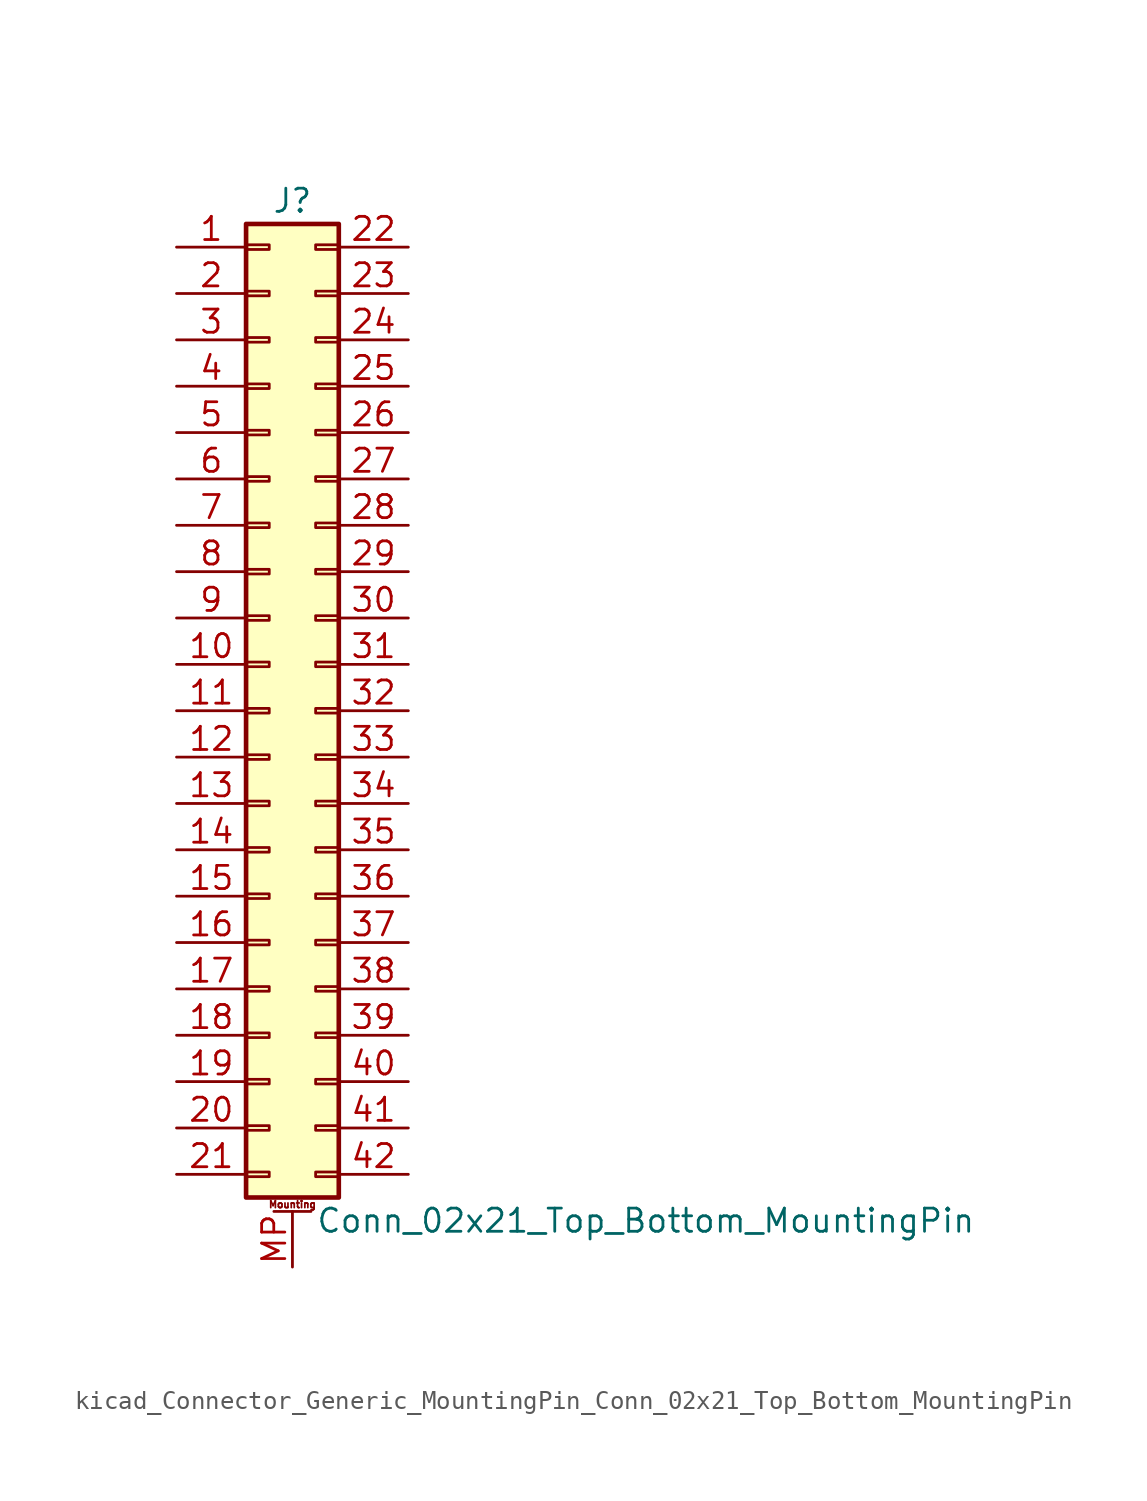
<source format=kicad_sym>
(kicad_symbol_lib
  (version 20220914)
  (generator kicad_symbol_editor)
  (symbol "kicad_Connector_Generic_MountingPin_Conn_02x21_Top_Bottom_MountingPin"
    (pin_names
      (offset 1.016) hide)
    (property "Reference" "J"
      (at 1.27 27.94 0)
      (effects (font (size 1.27 1.27))))
    (property "Value" "Conn_02x21_Top_Bottom_MountingPin"
      (at 2.54 -27.94 0)
      (effects (font (size 1.27 1.27)) (justify left)))
    (symbol "kicad_Connector_Generic_MountingPin_Conn_02x21_Top_Bottom_MountingPin_1_1"
      (rectangle (start -1.27 -25.273) (end 0 -25.527) (stroke (width 0.152) (type default)) (fill (type none)))
      (rectangle (start -1.27 -22.733) (end 0 -22.987) (stroke (width 0.152) (type default)) (fill (type none)))
      (rectangle (start -1.27 -20.193) (end 0 -20.447) (stroke (width 0.152) (type default)) (fill (type none)))
      (rectangle (start -1.27 -17.653) (end 0 -17.907) (stroke (width 0.152) (type default)) (fill (type none)))
      (rectangle (start -1.27 -15.113) (end 0 -15.367) (stroke (width 0.152) (type default)) (fill (type none)))
      (rectangle (start -1.27 -12.573) (end 0 -12.827) (stroke (width 0.152) (type default)) (fill (type none)))
      (rectangle (start -1.27 -10.033) (end 0 -10.287) (stroke (width 0.152) (type default)) (fill (type none)))
      (rectangle (start -1.27 -7.493) (end 0 -7.747) (stroke (width 0.152) (type default)) (fill (type none)))
      (rectangle (start -1.27 -4.953) (end 0 -5.207) (stroke (width 0.152) (type default)) (fill (type none)))
      (rectangle (start -1.27 -2.413) (end 0 -2.667) (stroke (width 0.152) (type default)) (fill (type none)))
      (rectangle (start -1.27 0.127) (end 0 -0.127) (stroke (width 0.152) (type default)) (fill (type none)))
      (rectangle (start -1.27 2.667) (end 0 2.413) (stroke (width 0.152) (type default)) (fill (type none)))
      (rectangle (start -1.27 5.207) (end 0 4.953) (stroke (width 0.152) (type default)) (fill (type none)))
      (rectangle (start -1.27 7.747) (end 0 7.493) (stroke (width 0.152) (type default)) (fill (type none)))
      (rectangle (start -1.27 10.287) (end 0 10.033) (stroke (width 0.152) (type default)) (fill (type none)))
      (rectangle (start -1.27 12.827) (end 0 12.573) (stroke (width 0.152) (type default)) (fill (type none)))
      (rectangle (start -1.27 15.367) (end 0 15.113) (stroke (width 0.152) (type default)) (fill (type none)))
      (rectangle (start -1.27 17.907) (end 0 17.653) (stroke (width 0.152) (type default)) (fill (type none)))
      (rectangle (start -1.27 20.447) (end 0 20.193) (stroke (width 0.152) (type default)) (fill (type none)))
      (rectangle (start -1.27 22.987) (end 0 22.733) (stroke (width 0.152) (type default)) (fill (type none)))
      (rectangle (start -1.27 25.527) (end 0 25.273) (stroke (width 0.152) (type default)) (fill (type none)))
      (rectangle (start -1.27 26.67) (end 3.81 -26.67) (stroke (width 0.254) (type default)) (fill (type background)))
      (polyline (pts (xy 0.254 -27.432) (xy 2.286 -27.432)) (stroke (width 0.152) (type default)) (fill (type none)))
      (rectangle (start 3.81 -25.273) (end 2.54 -25.527) (stroke (width 0.152) (type default)) (fill (type none)))
      (rectangle (start 3.81 -22.733) (end 2.54 -22.987) (stroke (width 0.152) (type default)) (fill (type none)))
      (rectangle (start 3.81 -20.193) (end 2.54 -20.447) (stroke (width 0.152) (type default)) (fill (type none)))
      (rectangle (start 3.81 -17.653) (end 2.54 -17.907) (stroke (width 0.152) (type default)) (fill (type none)))
      (rectangle (start 3.81 -15.113) (end 2.54 -15.367) (stroke (width 0.152) (type default)) (fill (type none)))
      (rectangle (start 3.81 -12.573) (end 2.54 -12.827) (stroke (width 0.152) (type default)) (fill (type none)))
      (rectangle (start 3.81 -10.033) (end 2.54 -10.287) (stroke (width 0.152) (type default)) (fill (type none)))
      (rectangle (start 3.81 -7.493) (end 2.54 -7.747) (stroke (width 0.152) (type default)) (fill (type none)))
      (rectangle (start 3.81 -4.953) (end 2.54 -5.207) (stroke (width 0.152) (type default)) (fill (type none)))
      (rectangle (start 3.81 -2.413) (end 2.54 -2.667) (stroke (width 0.152) (type default)) (fill (type none)))
      (rectangle (start 3.81 0.127) (end 2.54 -0.127) (stroke (width 0.152) (type default)) (fill (type none)))
      (rectangle (start 3.81 2.667) (end 2.54 2.413) (stroke (width 0.152) (type default)) (fill (type none)))
      (rectangle (start 3.81 5.207) (end 2.54 4.953) (stroke (width 0.152) (type default)) (fill (type none)))
      (rectangle (start 3.81 7.747) (end 2.54 7.493) (stroke (width 0.152) (type default)) (fill (type none)))
      (rectangle (start 3.81 10.287) (end 2.54 10.033) (stroke (width 0.152) (type default)) (fill (type none)))
      (rectangle (start 3.81 12.827) (end 2.54 12.573) (stroke (width 0.152) (type default)) (fill (type none)))
      (rectangle (start 3.81 15.367) (end 2.54 15.113) (stroke (width 0.152) (type default)) (fill (type none)))
      (rectangle (start 3.81 17.907) (end 2.54 17.653) (stroke (width 0.152) (type default)) (fill (type none)))
      (rectangle (start 3.81 20.447) (end 2.54 20.193) (stroke (width 0.152) (type default)) (fill (type none)))
      (rectangle (start 3.81 22.987) (end 2.54 22.733) (stroke (width 0.152) (type default)) (fill (type none)))
      (rectangle (start 3.81 25.527) (end 2.54 25.273) (stroke (width 0.152) (type default)) (fill (type none)))
      (text "Mounting" (at 1.27 -27.051 0) (effects (font (size 0.381 0.381))))
      (pin passive line (at -5.08 25.4 0) (length 3.81) (name "Pin_1" (effects (font (size 1.27 1.27)))) (number "1" (effects (font (size 1.27 1.27)))))
      (pin passive line (at -5.08 2.54 0) (length 3.81) (name "Pin_10" (effects (font (size 1.27 1.27)))) (number "10" (effects (font (size 1.27 1.27)))))
      (pin passive line (at -5.08 0 0) (length 3.81) (name "Pin_11" (effects (font (size 1.27 1.27)))) (number "11" (effects (font (size 1.27 1.27)))))
      (pin passive line (at -5.08 -2.54 0) (length 3.81) (name "Pin_12" (effects (font (size 1.27 1.27)))) (number "12" (effects (font (size 1.27 1.27)))))
      (pin passive line (at -5.08 -5.08 0) (length 3.81) (name "Pin_13" (effects (font (size 1.27 1.27)))) (number "13" (effects (font (size 1.27 1.27)))))
      (pin passive line (at -5.08 -7.62 0) (length 3.81) (name "Pin_14" (effects (font (size 1.27 1.27)))) (number "14" (effects (font (size 1.27 1.27)))))
      (pin passive line (at -5.08 -10.16 0) (length 3.81) (name "Pin_15" (effects (font (size 1.27 1.27)))) (number "15" (effects (font (size 1.27 1.27)))))
      (pin passive line (at -5.08 -12.7 0) (length 3.81) (name "Pin_16" (effects (font (size 1.27 1.27)))) (number "16" (effects (font (size 1.27 1.27)))))
      (pin passive line (at -5.08 -15.24 0) (length 3.81) (name "Pin_17" (effects (font (size 1.27 1.27)))) (number "17" (effects (font (size 1.27 1.27)))))
      (pin passive line (at -5.08 -17.78 0) (length 3.81) (name "Pin_18" (effects (font (size 1.27 1.27)))) (number "18" (effects (font (size 1.27 1.27)))))
      (pin passive line (at -5.08 -20.32 0) (length 3.81) (name "Pin_19" (effects (font (size 1.27 1.27)))) (number "19" (effects (font (size 1.27 1.27)))))
      (pin passive line (at -5.08 22.86 0) (length 3.81) (name "Pin_2" (effects (font (size 1.27 1.27)))) (number "2" (effects (font (size 1.27 1.27)))))
      (pin passive line (at -5.08 -22.86 0) (length 3.81) (name "Pin_20" (effects (font (size 1.27 1.27)))) (number "20" (effects (font (size 1.27 1.27)))))
      (pin passive line (at -5.08 -25.4 0) (length 3.81) (name "Pin_21" (effects (font (size 1.27 1.27)))) (number "21" (effects (font (size 1.27 1.27)))))
      (pin passive line (at 7.62 25.4 180) (length 3.81) (name "Pin_22" (effects (font (size 1.27 1.27)))) (number "22" (effects (font (size 1.27 1.27)))))
      (pin passive line (at 7.62 22.86 180) (length 3.81) (name "Pin_23" (effects (font (size 1.27 1.27)))) (number "23" (effects (font (size 1.27 1.27)))))
      (pin passive line (at 7.62 20.32 180) (length 3.81) (name "Pin_24" (effects (font (size 1.27 1.27)))) (number "24" (effects (font (size 1.27 1.27)))))
      (pin passive line (at 7.62 17.78 180) (length 3.81) (name "Pin_25" (effects (font (size 1.27 1.27)))) (number "25" (effects (font (size 1.27 1.27)))))
      (pin passive line (at 7.62 15.24 180) (length 3.81) (name "Pin_26" (effects (font (size 1.27 1.27)))) (number "26" (effects (font (size 1.27 1.27)))))
      (pin passive line (at 7.62 12.7 180) (length 3.81) (name "Pin_27" (effects (font (size 1.27 1.27)))) (number "27" (effects (font (size 1.27 1.27)))))
      (pin passive line (at 7.62 10.16 180) (length 3.81) (name "Pin_28" (effects (font (size 1.27 1.27)))) (number "28" (effects (font (size 1.27 1.27)))))
      (pin passive line (at 7.62 7.62 180) (length 3.81) (name "Pin_29" (effects (font (size 1.27 1.27)))) (number "29" (effects (font (size 1.27 1.27)))))
      (pin passive line (at -5.08 20.32 0) (length 3.81) (name "Pin_3" (effects (font (size 1.27 1.27)))) (number "3" (effects (font (size 1.27 1.27)))))
      (pin passive line (at 7.62 5.08 180) (length 3.81) (name "Pin_30" (effects (font (size 1.27 1.27)))) (number "30" (effects (font (size 1.27 1.27)))))
      (pin passive line (at 7.62 2.54 180) (length 3.81) (name "Pin_31" (effects (font (size 1.27 1.27)))) (number "31" (effects (font (size 1.27 1.27)))))
      (pin passive line (at 7.62 0 180) (length 3.81) (name "Pin_32" (effects (font (size 1.27 1.27)))) (number "32" (effects (font (size 1.27 1.27)))))
      (pin passive line (at 7.62 -2.54 180) (length 3.81) (name "Pin_33" (effects (font (size 1.27 1.27)))) (number "33" (effects (font (size 1.27 1.27)))))
      (pin passive line (at 7.62 -5.08 180) (length 3.81) (name "Pin_34" (effects (font (size 1.27 1.27)))) (number "34" (effects (font (size 1.27 1.27)))))
      (pin passive line (at 7.62 -7.62 180) (length 3.81) (name "Pin_35" (effects (font (size 1.27 1.27)))) (number "35" (effects (font (size 1.27 1.27)))))
      (pin passive line (at 7.62 -10.16 180) (length 3.81) (name "Pin_36" (effects (font (size 1.27 1.27)))) (number "36" (effects (font (size 1.27 1.27)))))
      (pin passive line (at 7.62 -12.7 180) (length 3.81) (name "Pin_37" (effects (font (size 1.27 1.27)))) (number "37" (effects (font (size 1.27 1.27)))))
      (pin passive line (at 7.62 -15.24 180) (length 3.81) (name "Pin_38" (effects (font (size 1.27 1.27)))) (number "38" (effects (font (size 1.27 1.27)))))
      (pin passive line (at 7.62 -17.78 180) (length 3.81) (name "Pin_39" (effects (font (size 1.27 1.27)))) (number "39" (effects (font (size 1.27 1.27)))))
      (pin passive line (at -5.08 17.78 0) (length 3.81) (name "Pin_4" (effects (font (size 1.27 1.27)))) (number "4" (effects (font (size 1.27 1.27)))))
      (pin passive line (at 7.62 -20.32 180) (length 3.81) (name "Pin_40" (effects (font (size 1.27 1.27)))) (number "40" (effects (font (size 1.27 1.27)))))
      (pin passive line (at 7.62 -22.86 180) (length 3.81) (name "Pin_41" (effects (font (size 1.27 1.27)))) (number "41" (effects (font (size 1.27 1.27)))))
      (pin passive line (at 7.62 -25.4 180) (length 3.81) (name "Pin_42" (effects (font (size 1.27 1.27)))) (number "42" (effects (font (size 1.27 1.27)))))
      (pin passive line (at -5.08 15.24 0) (length 3.81) (name "Pin_5" (effects (font (size 1.27 1.27)))) (number "5" (effects (font (size 1.27 1.27)))))
      (pin passive line (at -5.08 12.7 0) (length 3.81) (name "Pin_6" (effects (font (size 1.27 1.27)))) (number "6" (effects (font (size 1.27 1.27)))))
      (pin passive line (at -5.08 10.16 0) (length 3.81) (name "Pin_7" (effects (font (size 1.27 1.27)))) (number "7" (effects (font (size 1.27 1.27)))))
      (pin passive line (at -5.08 7.62 0) (length 3.81) (name "Pin_8" (effects (font (size 1.27 1.27)))) (number "8" (effects (font (size 1.27 1.27)))))
      (pin passive line (at -5.08 5.08 0) (length 3.81) (name "Pin_9" (effects (font (size 1.27 1.27)))) (number "9" (effects (font (size 1.27 1.27)))))
      (pin passive line (at 1.27 -30.48 90) (length 3.048) (name "MountPin" (effects (font (size 1.27 1.27)))) (number "MP" (effects (font (size 1.27 1.27))))))))
</source>
